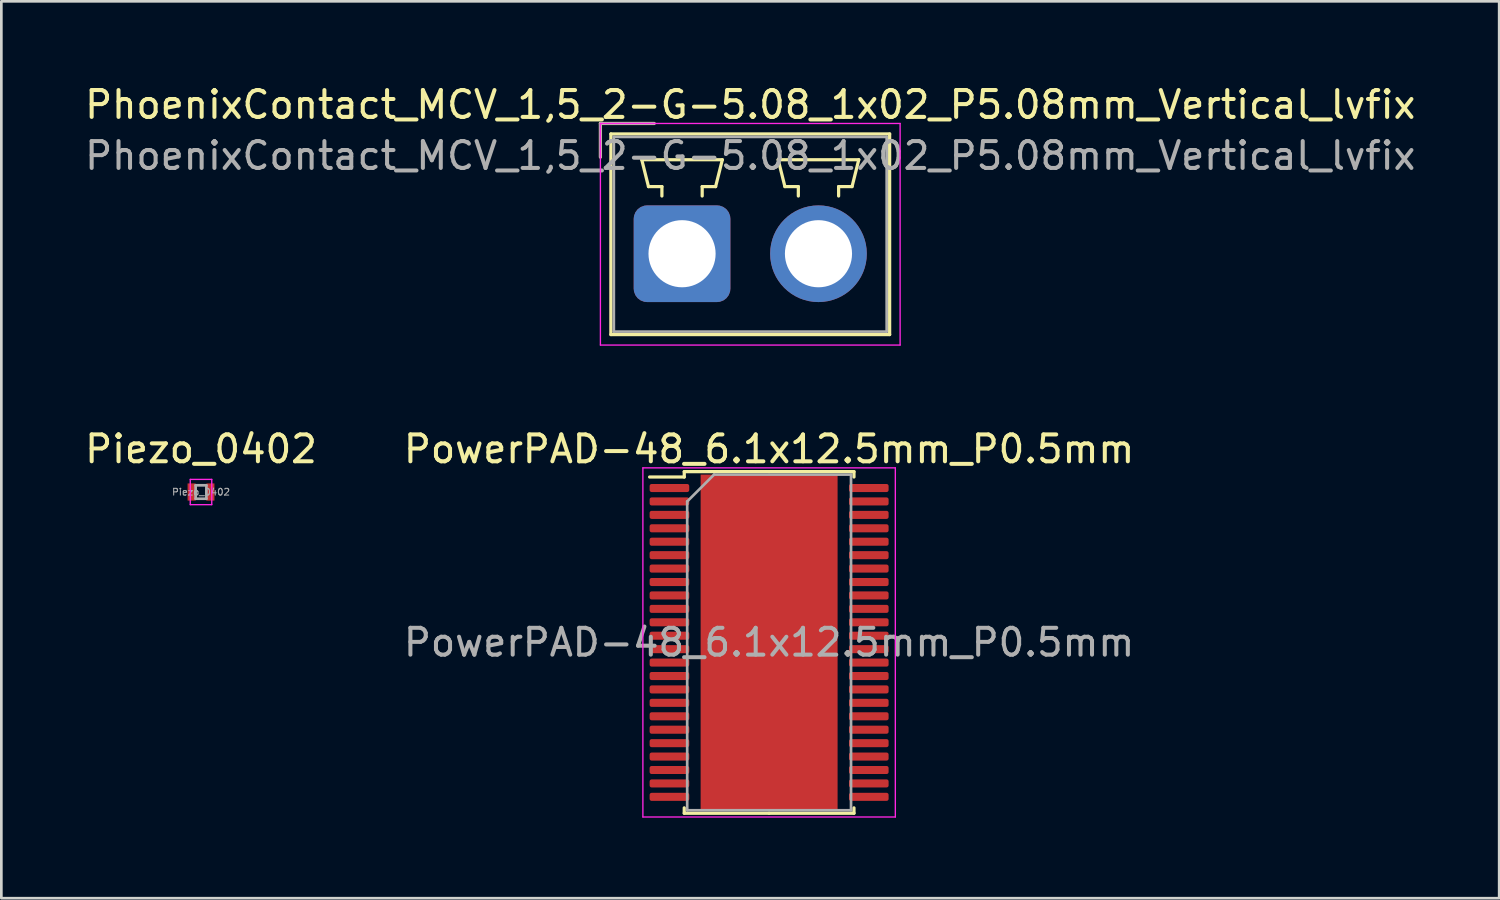
<source format=kicad_pcb>
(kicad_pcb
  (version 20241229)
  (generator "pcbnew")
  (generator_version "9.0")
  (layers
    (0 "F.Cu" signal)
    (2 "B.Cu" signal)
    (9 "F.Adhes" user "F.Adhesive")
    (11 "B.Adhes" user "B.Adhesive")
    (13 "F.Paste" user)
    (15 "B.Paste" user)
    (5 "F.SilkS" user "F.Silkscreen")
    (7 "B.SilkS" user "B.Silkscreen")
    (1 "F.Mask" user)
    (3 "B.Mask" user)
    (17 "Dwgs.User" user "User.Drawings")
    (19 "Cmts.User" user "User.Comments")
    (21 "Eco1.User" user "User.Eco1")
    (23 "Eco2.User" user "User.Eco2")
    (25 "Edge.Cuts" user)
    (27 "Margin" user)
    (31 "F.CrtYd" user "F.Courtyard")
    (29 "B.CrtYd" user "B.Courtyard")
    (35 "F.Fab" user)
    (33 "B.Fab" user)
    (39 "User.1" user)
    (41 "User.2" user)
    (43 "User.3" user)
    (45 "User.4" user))
  (footprint "PhoenixContact_MCV_1,5_2-G-5.08_1x02_P5.08mm_Vertical_lvfix"
    (layer "F.Cu")
    (at 22.347 6.398)
    (property "Reference" "PhoenixContact_MCV_1,5_2-G-5.08_1x02_P5.08mm_Vertical_lvfix" (at 2.54 -5.55 0) (layer "F.SilkS") (effects (font (size 1 1) (thickness 0.15))))
    (attr through_hole)
    (fp_line (start -3.04 -4.85) (end -1.04 -4.85) (stroke (width 0.12) (type solid)) (layer "F.SilkS"))
    (fp_line (start -3.04 -3.6) (end -3.04 -4.85) (stroke (width 0.12) (type solid)) (layer "F.SilkS"))
    (fp_line (start -2.65 -4.46) (end -2.65 3.01) (stroke (width 0.12) (type solid)) (layer "F.SilkS"))
    (fp_line (start -2.65 3.01) (end 7.73 3.01) (stroke (width 0.12) (type solid)) (layer "F.SilkS"))
    (fp_line (start -1.5 -3.5) (end 1.5 -3.5) (stroke (width 0.12) (type solid)) (layer "F.SilkS"))
    (fp_line (start -1.25 -2.5) (end -1.5 -3.5) (stroke (width 0.12) (type solid)) (layer "F.SilkS"))
    (fp_line (start -0.75 -2.5) (end -1.25 -2.5) (stroke (width 0.12) (type solid)) (layer "F.SilkS"))
    (fp_line (start -0.75 -2.15) (end -0.75 -2.5) (stroke (width 0.12) (type solid)) (layer "F.SilkS"))
    (fp_line (start 0.75 -2.5) (end 0.75 -2.15) (stroke (width 0.12) (type solid)) (layer "F.SilkS"))
    (fp_line (start 1.25 -2.5) (end 0.75 -2.5) (stroke (width 0.12) (type solid)) (layer "F.SilkS"))
    (fp_line (start 1.5 -3.5) (end 1.25 -2.5) (stroke (width 0.12) (type solid)) (layer "F.SilkS"))
    (fp_line (start 3.58 -3.5) (end 6.58 -3.5) (stroke (width 0.12) (type solid)) (layer "F.SilkS"))
    (fp_line (start 3.83 -2.5) (end 3.58 -3.5) (stroke (width 0.12) (type solid)) (layer "F.SilkS"))
    (fp_line (start 4.33 -2.5) (end 3.83 -2.5) (stroke (width 0.12) (type solid)) (layer "F.SilkS"))
    (fp_line (start 4.33 -2.15) (end 4.33 -2.5) (stroke (width 0.12) (type solid)) (layer "F.SilkS"))
    (fp_line (start 5.83 -2.5) (end 5.83 -2.15) (stroke (width 0.12) (type solid)) (layer "F.SilkS"))
    (fp_line (start 6.33 -2.5) (end 5.83 -2.5) (stroke (width 0.12) (type solid)) (layer "F.SilkS"))
    (fp_line (start 6.58 -3.5) (end 6.33 -2.5) (stroke (width 0.12) (type solid)) (layer "F.SilkS"))
    (fp_line (start 7.73 -4.46) (end -2.65 -4.46) (stroke (width 0.12) (type solid)) (layer "F.SilkS"))
    (fp_line (start 7.73 3.01) (end 7.73 -4.46) (stroke (width 0.12) (type solid)) (layer "F.SilkS"))
    (fp_line (start -3.04 -4.85) (end -3.04 3.4) (stroke (width 0.05) (type solid)) (layer "F.CrtYd"))
    (fp_line (start -3.04 3.4) (end 8.12 3.4) (stroke (width 0.05) (type solid)) (layer "F.CrtYd"))
    (fp_line (start 8.12 -4.85) (end -3.04 -4.85) (stroke (width 0.05) (type solid)) (layer "F.CrtYd"))
    (fp_line (start 8.12 3.4) (end 8.12 -4.85) (stroke (width 0.05) (type solid)) (layer "F.CrtYd"))
    (fp_line (start -3.04 -4.85) (end -1.04 -4.85) (stroke (width 0.1) (type solid)) (layer "F.Fab"))
    (fp_line (start -3.04 -3.6) (end -3.04 -4.85) (stroke (width 0.1) (type solid)) (layer "F.Fab"))
    (fp_line (start -2.54 -4.35) (end -2.54 2.9) (stroke (width 0.1) (type solid)) (layer "F.Fab"))
    (fp_line (start -2.54 2.9) (end 7.62 2.9) (stroke (width 0.1) (type solid)) (layer "F.Fab"))
    (fp_line (start 7.62 -4.35) (end -2.54 -4.35) (stroke (width 0.1) (type solid)) (layer "F.Fab"))
    (fp_line (start 7.62 2.9) (end 7.62 -4.35) (stroke (width 0.1) (type solid)) (layer "F.Fab"))
    (fp_text user "${REFERENCE}" (at 2.54 -3.65 0) (layer "F.Fab") (effects (font (size 1 1) (thickness 0.15))))
    (pad "1" thru_hole roundrect (at 0 0) (size 3.6 3.6) (drill 2.5) (layers "*.Cu" "*.Mask") (roundrect_rratio 0.139))
    (pad "2" thru_hole oval (at 5.08 0) (size 3.6 3.6) (drill 2.5) (layers "*.Cu" "*.Mask")))
  (footprint "PowerPAD-48_6.1x12.5mm_P0.5mm"
    (layer "F.Cu")
    (at 25.589 20.872)
    (property "Reference" "PowerPAD-48_6.1x12.5mm_P0.5mm" (at 0 -7.2 0) (layer "F.SilkS") (effects (font (size 1 1) (thickness 0.15))))
    (attr smd)
    (fp_rect (start -1.49 -2.21) (end 1.49 2.21) (stroke (width 0.05) (type solid)) (fill yes) (layer "F.Mask"))
    (fp_line (start -3.16 -6.36) (end -3.16 -6.16) (stroke (width 0.12) (type solid)) (layer "F.SilkS"))
    (fp_line (start -3.16 -6.16) (end -4.45 -6.16) (stroke (width 0.12) (type solid)) (layer "F.SilkS"))
    (fp_line (start -3.16 6.36) (end -3.16 6.16) (stroke (width 0.12) (type solid)) (layer "F.SilkS"))
    (fp_line (start 0 -6.36) (end -3.16 -6.36) (stroke (width 0.12) (type solid)) (layer "F.SilkS"))
    (fp_line (start 0 -6.36) (end 3.16 -6.36) (stroke (width 0.12) (type solid)) (layer "F.SilkS"))
    (fp_line (start 0 6.36) (end -3.16 6.36) (stroke (width 0.12) (type solid)) (layer "F.SilkS"))
    (fp_line (start 0 6.36) (end 3.16 6.36) (stroke (width 0.12) (type solid)) (layer "F.SilkS"))
    (fp_line (start 3.16 -6.36) (end 3.16 -6.16) (stroke (width 0.12) (type solid)) (layer "F.SilkS"))
    (fp_line (start 3.16 6.36) (end 3.16 6.16) (stroke (width 0.12) (type solid)) (layer "F.SilkS"))
    (fp_line (start -4.7 -6.5) (end -4.7 6.5) (stroke (width 0.05) (type solid)) (layer "F.CrtYd"))
    (fp_line (start -4.7 6.5) (end 4.7 6.5) (stroke (width 0.05) (type solid)) (layer "F.CrtYd"))
    (fp_line (start 4.7 -6.5) (end -4.7 -6.5) (stroke (width 0.05) (type solid)) (layer "F.CrtYd"))
    (fp_line (start 4.7 6.5) (end 4.7 -6.5) (stroke (width 0.05) (type solid)) (layer "F.CrtYd"))
    (fp_line (start -3.05 -5.25) (end -2.05 -6.25) (stroke (width 0.1) (type solid)) (layer "F.Fab"))
    (fp_line (start -3.05 6.25) (end -3.05 -5.25) (stroke (width 0.1) (type solid)) (layer "F.Fab"))
    (fp_line (start -2.05 -6.25) (end 3.05 -6.25) (stroke (width 0.1) (type solid)) (layer "F.Fab"))
    (fp_line (start 3.05 -6.25) (end 3.05 6.25) (stroke (width 0.1) (type solid)) (layer "F.Fab"))
    (fp_line (start 3.05 6.25) (end -3.05 6.25) (stroke (width 0.1) (type solid)) (layer "F.Fab"))
    (fp_text user "${REFERENCE}" (at 0 0 0) (layer "F.Fab") (effects (font (size 1 1) (thickness 0.15))))
    (pad "1" smd roundrect (at -3.712 -5.75) (size 1.475 0.3) (layers "F.Cu" "F.Mask" "F.Paste") (roundrect_rratio 0.25))
    (pad "2" smd roundrect (at -3.712 -5.25) (size 1.475 0.3) (layers "F.Cu" "F.Mask" "F.Paste") (roundrect_rratio 0.25))
    (pad "3" smd roundrect (at -3.712 -4.75) (size 1.475 0.3) (layers "F.Cu" "F.Mask" "F.Paste") (roundrect_rratio 0.25))
    (pad "4" smd roundrect (at -3.712 -4.25) (size 1.475 0.3) (layers "F.Cu" "F.Mask" "F.Paste") (roundrect_rratio 0.25))
    (pad "5" smd roundrect (at -3.712 -3.75) (size 1.475 0.3) (layers "F.Cu" "F.Mask" "F.Paste") (roundrect_rratio 0.25))
    (pad "6" smd roundrect (at -3.712 -3.25) (size 1.475 0.3) (layers "F.Cu" "F.Mask" "F.Paste") (roundrect_rratio 0.25))
    (pad "7" smd roundrect (at -3.712 -2.75) (size 1.475 0.3) (layers "F.Cu" "F.Mask" "F.Paste") (roundrect_rratio 0.25))
    (pad "8" smd roundrect (at -3.712 -2.25) (size 1.475 0.3) (layers "F.Cu" "F.Mask" "F.Paste") (roundrect_rratio 0.25))
    (pad "9" smd roundrect (at -3.712 -1.75) (size 1.475 0.3) (layers "F.Cu" "F.Mask" "F.Paste") (roundrect_rratio 0.25))
    (pad "10" smd roundrect (at -3.712 -1.25) (size 1.475 0.3) (layers "F.Cu" "F.Mask" "F.Paste") (roundrect_rratio 0.25))
    (pad "11" smd roundrect (at -3.712 -0.75) (size 1.475 0.3) (layers "F.Cu" "F.Mask" "F.Paste") (roundrect_rratio 0.25))
    (pad "12" smd roundrect (at -3.712 -0.25) (size 1.475 0.3) (layers "F.Cu" "F.Mask" "F.Paste") (roundrect_rratio 0.25))
    (pad "13" smd roundrect (at -3.712 0.25) (size 1.475 0.3) (layers "F.Cu" "F.Mask" "F.Paste") (roundrect_rratio 0.25))
    (pad "14" smd roundrect (at -3.712 0.75) (size 1.475 0.3) (layers "F.Cu" "F.Mask" "F.Paste") (roundrect_rratio 0.25))
    (pad "15" smd roundrect (at -3.712 1.25) (size 1.475 0.3) (layers "F.Cu" "F.Mask" "F.Paste") (roundrect_rratio 0.25))
    (pad "16" smd roundrect (at -3.712 1.75) (size 1.475 0.3) (layers "F.Cu" "F.Mask" "F.Paste") (roundrect_rratio 0.25))
    (pad "17" smd roundrect (at -3.712 2.25) (size 1.475 0.3) (layers "F.Cu" "F.Mask" "F.Paste") (roundrect_rratio 0.25))
    (pad "18" smd roundrect (at -3.712 2.75) (size 1.475 0.3) (layers "F.Cu" "F.Mask" "F.Paste") (roundrect_rratio 0.25))
    (pad "19" smd roundrect (at -3.712 3.25) (size 1.475 0.3) (layers "F.Cu" "F.Mask" "F.Paste") (roundrect_rratio 0.25))
    (pad "20" smd roundrect (at -3.712 3.75) (size 1.475 0.3) (layers "F.Cu" "F.Mask" "F.Paste") (roundrect_rratio 0.25))
    (pad "21" smd roundrect (at -3.712 4.25) (size 1.475 0.3) (layers "F.Cu" "F.Mask" "F.Paste") (roundrect_rratio 0.25))
    (pad "22" smd roundrect (at -3.712 4.75) (size 1.475 0.3) (layers "F.Cu" "F.Mask" "F.Paste") (roundrect_rratio 0.25))
    (pad "23" smd roundrect (at -3.712 5.25) (size 1.475 0.3) (layers "F.Cu" "F.Mask" "F.Paste") (roundrect_rratio 0.25))
    (pad "24" smd roundrect (at -3.712 5.75) (size 1.475 0.3) (layers "F.Cu" "F.Mask" "F.Paste") (roundrect_rratio 0.25))
    (pad "25" smd roundrect (at 3.712 5.75) (size 1.475 0.3) (layers "F.Cu" "F.Mask" "F.Paste") (roundrect_rratio 0.25))
    (pad "26" smd roundrect (at 3.712 5.25) (size 1.475 0.3) (layers "F.Cu" "F.Mask" "F.Paste") (roundrect_rratio 0.25))
    (pad "27" smd roundrect (at 3.712 4.75) (size 1.475 0.3) (layers "F.Cu" "F.Mask" "F.Paste") (roundrect_rratio 0.25))
    (pad "28" smd roundrect (at 3.712 4.25) (size 1.475 0.3) (layers "F.Cu" "F.Mask" "F.Paste") (roundrect_rratio 0.25))
    (pad "29" smd roundrect (at 3.712 3.75) (size 1.475 0.3) (layers "F.Cu" "F.Mask" "F.Paste") (roundrect_rratio 0.25))
    (pad "30" smd roundrect (at 3.712 3.25) (size 1.475 0.3) (layers "F.Cu" "F.Mask" "F.Paste") (roundrect_rratio 0.25))
    (pad "31" smd roundrect (at 3.712 2.75) (size 1.475 0.3) (layers "F.Cu" "F.Mask" "F.Paste") (roundrect_rratio 0.25))
    (pad "32" smd roundrect (at 3.712 2.25) (size 1.475 0.3) (layers "F.Cu" "F.Mask" "F.Paste") (roundrect_rratio 0.25))
    (pad "33" smd roundrect (at 3.712 1.75) (size 1.475 0.3) (layers "F.Cu" "F.Mask" "F.Paste") (roundrect_rratio 0.25))
    (pad "34" smd roundrect (at 3.712 1.25) (size 1.475 0.3) (layers "F.Cu" "F.Mask" "F.Paste") (roundrect_rratio 0.25))
    (pad "35" smd roundrect (at 3.712 0.75) (size 1.475 0.3) (layers "F.Cu" "F.Mask" "F.Paste") (roundrect_rratio 0.25))
    (pad "36" smd roundrect (at 3.712 0.25) (size 1.475 0.3) (layers "F.Cu" "F.Mask" "F.Paste") (roundrect_rratio 0.25))
    (pad "37" smd roundrect (at 3.712 -0.25) (size 1.475 0.3) (layers "F.Cu" "F.Mask" "F.Paste") (roundrect_rratio 0.25))
    (pad "38" smd roundrect (at 3.712 -0.75) (size 1.475 0.3) (layers "F.Cu" "F.Mask" "F.Paste") (roundrect_rratio 0.25))
    (pad "39" smd roundrect (at 3.712 -1.25) (size 1.475 0.3) (layers "F.Cu" "F.Mask" "F.Paste") (roundrect_rratio 0.25))
    (pad "40" smd roundrect (at 3.712 -1.75) (size 1.475 0.3) (layers "F.Cu" "F.Mask" "F.Paste") (roundrect_rratio 0.25))
    (pad "41" smd roundrect (at 3.712 -2.25) (size 1.475 0.3) (layers "F.Cu" "F.Mask" "F.Paste") (roundrect_rratio 0.25))
    (pad "42" smd roundrect (at 3.712 -2.75) (size 1.475 0.3) (layers "F.Cu" "F.Mask" "F.Paste") (roundrect_rratio 0.25))
    (pad "43" smd roundrect (at 3.712 -3.25) (size 1.475 0.3) (layers "F.Cu" "F.Mask" "F.Paste") (roundrect_rratio 0.25))
    (pad "44" smd roundrect (at 3.712 -3.75) (size 1.475 0.3) (layers "F.Cu" "F.Mask" "F.Paste") (roundrect_rratio 0.25))
    (pad "45" smd roundrect (at 3.712 -4.25) (size 1.475 0.3) (layers "F.Cu" "F.Mask" "F.Paste") (roundrect_rratio 0.25))
    (pad "46" smd roundrect (at 3.712 -4.75) (size 1.475 0.3) (layers "F.Cu" "F.Mask" "F.Paste") (roundrect_rratio 0.25))
    (pad "47" smd roundrect (at 3.712 -5.25) (size 1.475 0.3) (layers "F.Cu" "F.Mask" "F.Paste") (roundrect_rratio 0.25))
    (pad "48" smd roundrect (at 3.712 -5.75) (size 1.475 0.3) (layers "F.Cu" "F.Mask" "F.Paste") (roundrect_rratio 0.25))
    (pad "49" smd rect (at 0 0) (size 5.1 12.5) (layers "F.Cu" "F.Paste")))
  (footprint "Piezo_0402"
    (layer "F.Cu")
    (at 4.435 15.271)
    (property "Reference" "Piezo_0402" (at 0 -1.6 0) (layer "F.SilkS") (effects (font (size 1 1) (thickness 0.15))))
    (attr smd)
    (fp_line (start -0.4 -0.47) (end 0.4 -0.47) (stroke (width 0.05) (type solid)) (layer "F.CrtYd"))
    (fp_line (start -0.4 0.47) (end -0.4 -0.47) (stroke (width 0.05) (type solid)) (layer "F.CrtYd"))
    (fp_line (start 0.4 -0.47) (end 0.4 0.47) (stroke (width 0.05) (type solid)) (layer "F.CrtYd"))
    (fp_line (start 0.4 0.47) (end -0.4 0.47) (stroke (width 0.05) (type solid)) (layer "F.CrtYd"))
    (fp_line (start -0.2 -0.25) (end 0.2 -0.25) (stroke (width 0.1) (type solid)) (layer "F.Fab"))
    (fp_line (start -0.2 0.25) (end -0.2 -0.25) (stroke (width 0.1) (type solid)) (layer "F.Fab"))
    (fp_line (start 0.2 -0.25) (end 0.2 0.25) (stroke (width 0.1) (type solid)) (layer "F.Fab"))
    (fp_line (start 0.2 0.25) (end -0.2 0.25) (stroke (width 0.1) (type solid)) (layer "F.Fab"))
    (fp_text user "${REFERENCE}" (at 0 0 0) (layer "F.Fab") (effects (font (size 0.25 0.25) (thickness 0.04))))
    (pad "1" smd rect (at -0.35 0) (size 0.3 0.64) (layers "F.Cu" "F.Mask" "F.Paste"))
    (pad "2" smd rect (at 0.35 0) (size 0.3 0.64) (layers "F.Cu" "F.Mask" "F.Paste")))
  (gr_rect
    (start -3 -3)
    (end 52.774 30.396)
    (stroke (width 0.1) (type default))
    (fill no)
    (layer "Edge.Cuts")))
</source>
